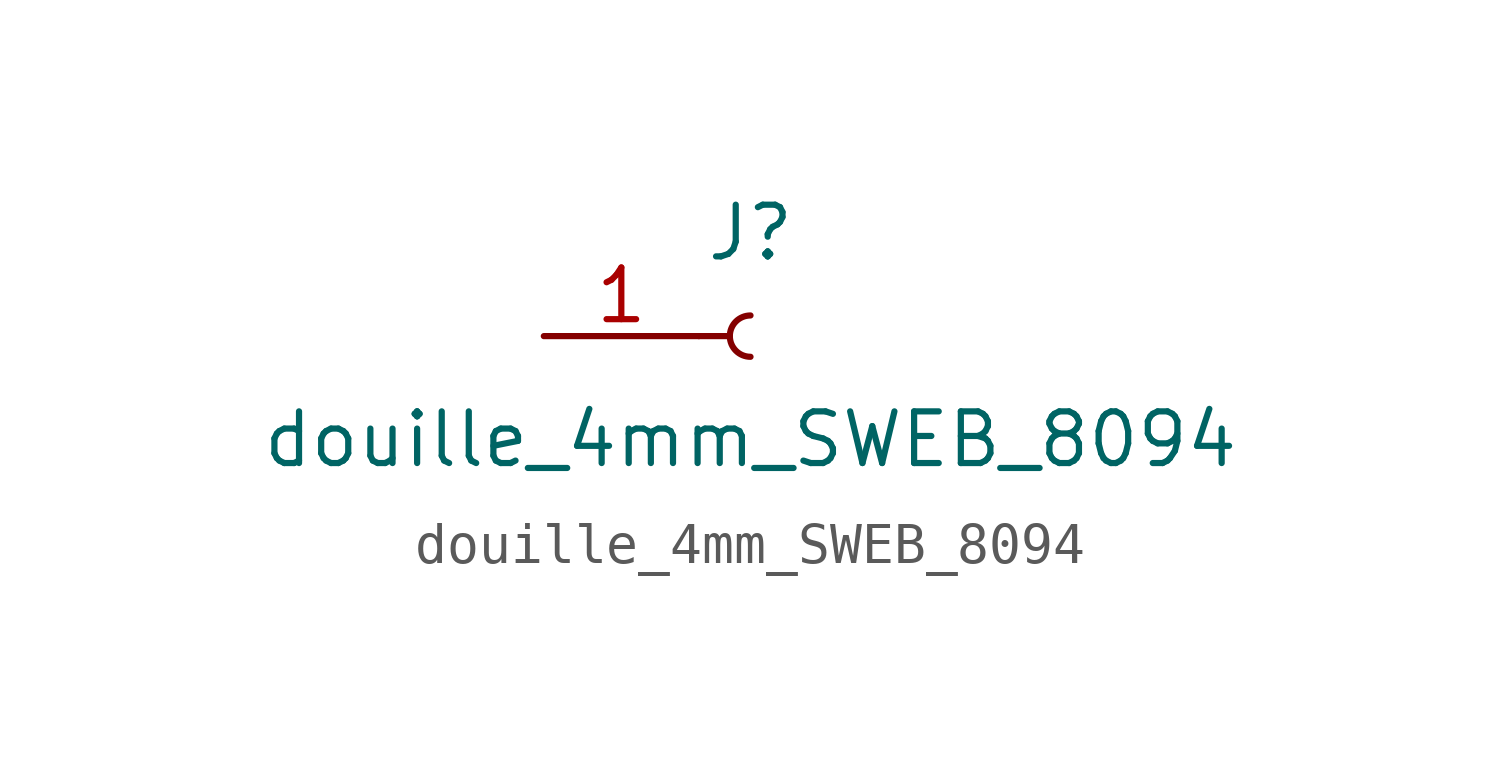
<source format=kicad_sym>
(kicad_symbol_lib
  (version 20220914)
  (generator kicad_symbol_editor)
  (symbol "douille_4mm_SWEB_8094"
    (pin_names
      (offset 1.016) hide)
    (property "Reference" "J"
      (at 0 2.54 0)
      (effects (font (size 1.27 1.27))))
    (property "Value" "douille_4mm_SWEB_8094"
      (at 0 -2.54 0)
      (effects (font (size 1.27 1.27))))
    (property "ki_locked" ""
      (at 0 0 0)
      (effects (font (size 1.27 1.27))))
    (symbol "douille_4mm_SWEB_8094_1_1"
      (polyline (pts (xy -1.27 0) (xy -0.508 0)) (stroke (width 0.152) (type default)) (fill (type none)))
      (arc (start 0 0.508) (mid -0.5058 0) (end 0 -0.508) (stroke (width 0.1524) (type default)) (fill (type none)))
      (pin passive line (at -5.08 0 0) (length 3.81) (name "Pin_1" (effects (font (size 1.27 1.27)))) (number "1" (effects (font (size 1.27 1.27))))))))
</source>
